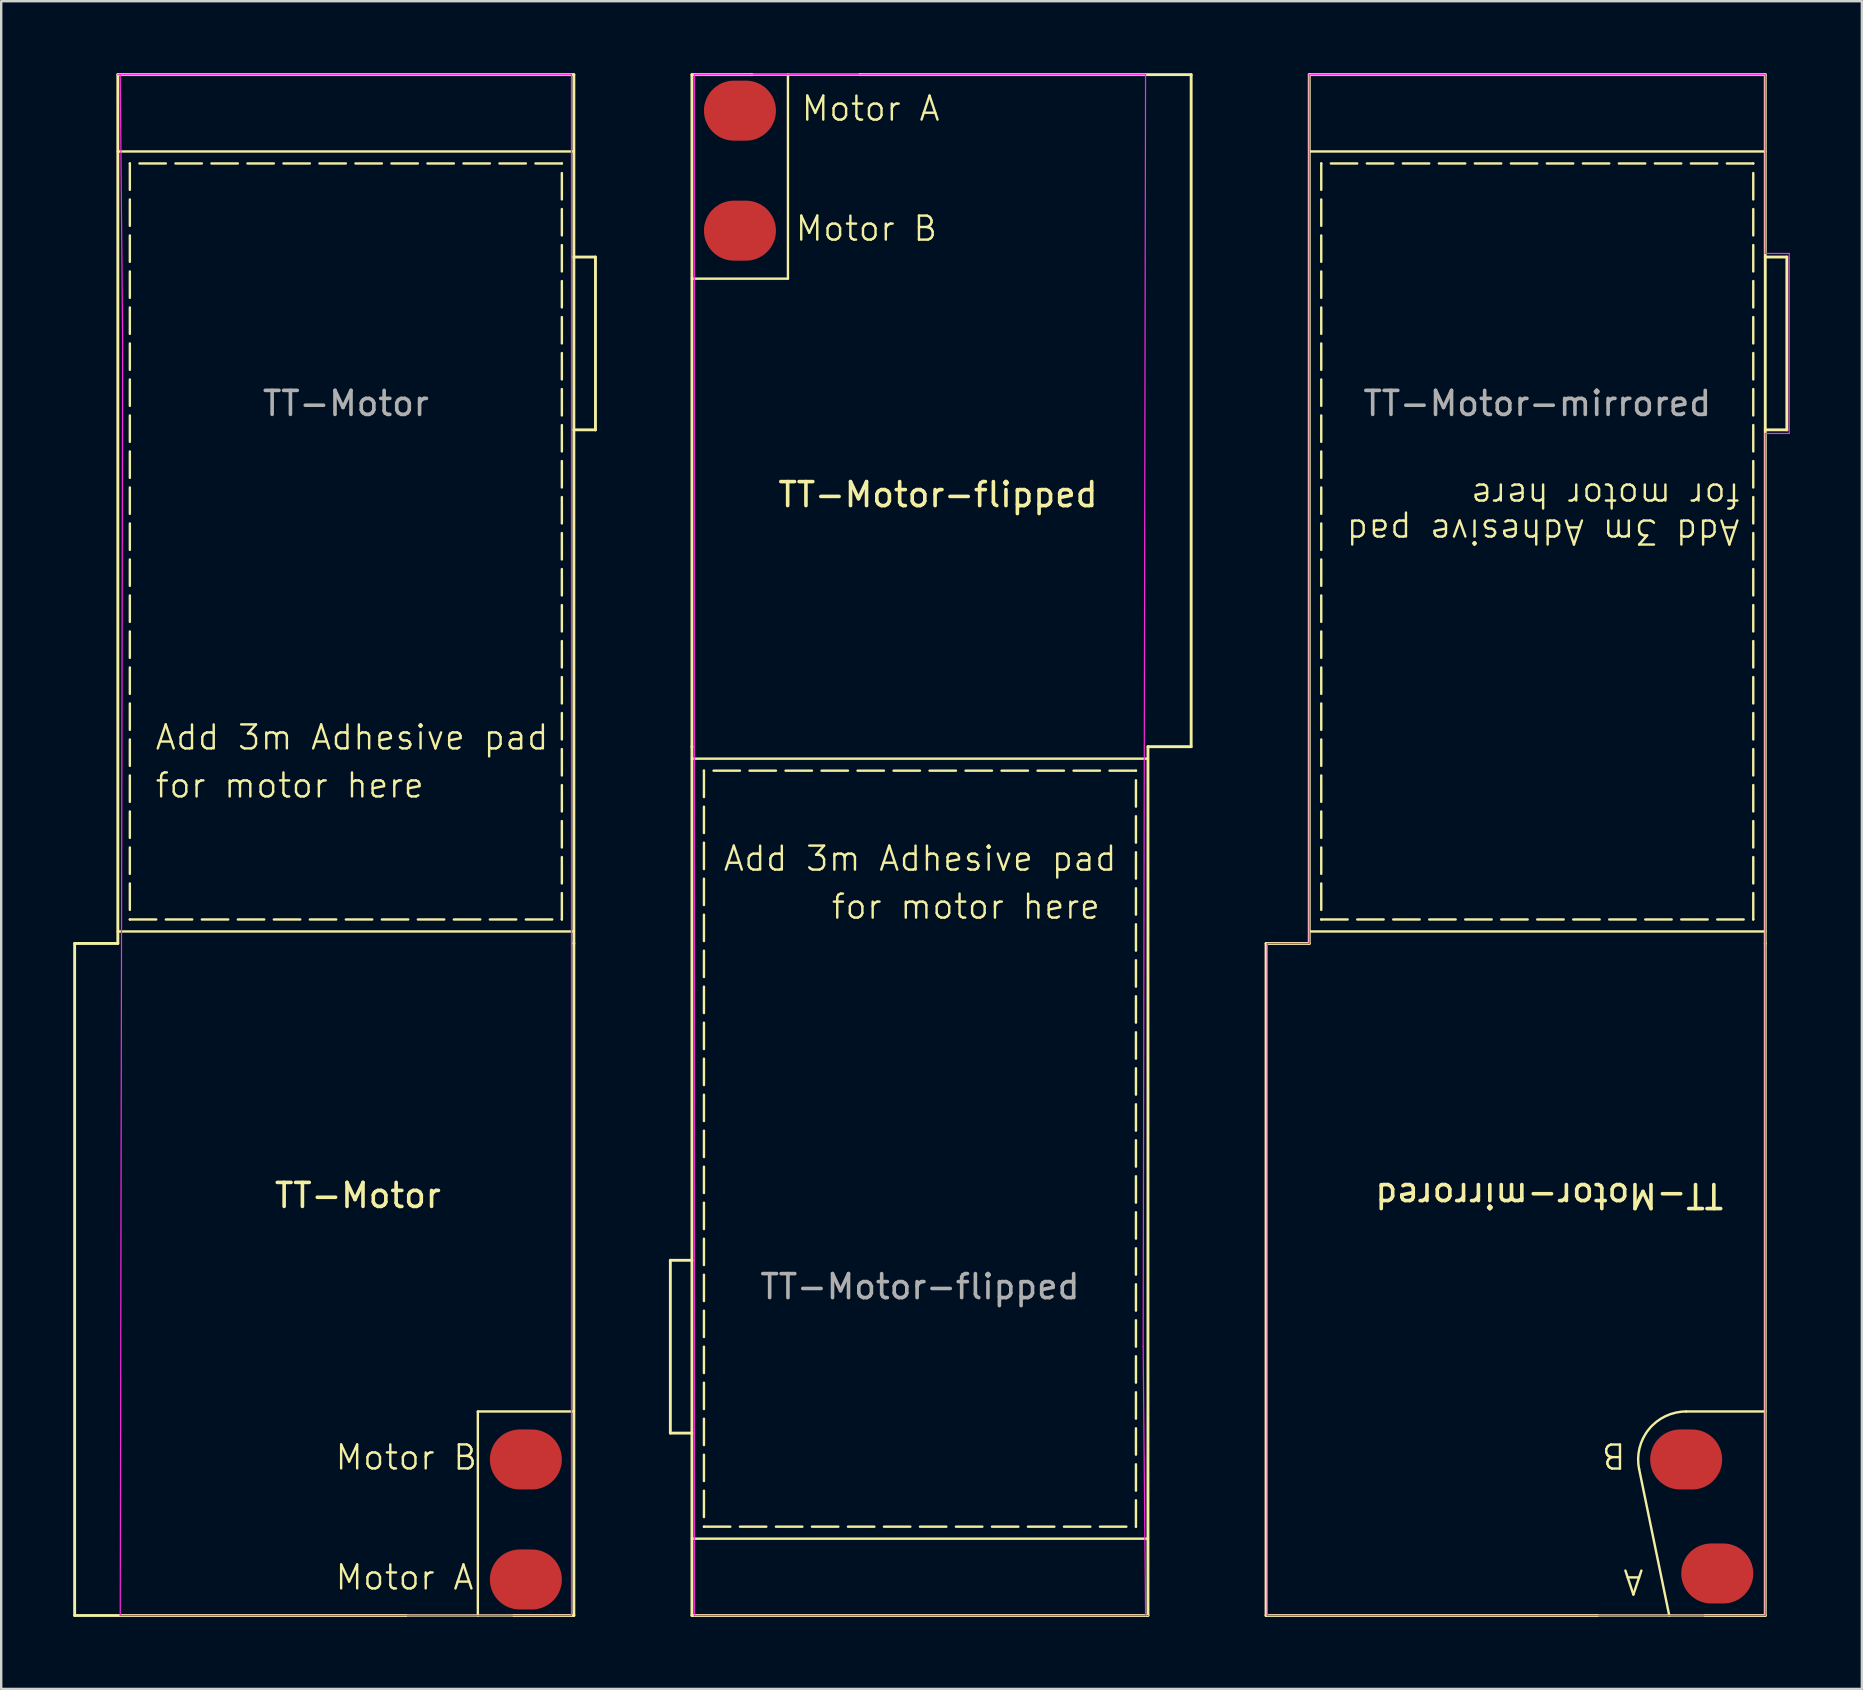
<source format=kicad_pcb>
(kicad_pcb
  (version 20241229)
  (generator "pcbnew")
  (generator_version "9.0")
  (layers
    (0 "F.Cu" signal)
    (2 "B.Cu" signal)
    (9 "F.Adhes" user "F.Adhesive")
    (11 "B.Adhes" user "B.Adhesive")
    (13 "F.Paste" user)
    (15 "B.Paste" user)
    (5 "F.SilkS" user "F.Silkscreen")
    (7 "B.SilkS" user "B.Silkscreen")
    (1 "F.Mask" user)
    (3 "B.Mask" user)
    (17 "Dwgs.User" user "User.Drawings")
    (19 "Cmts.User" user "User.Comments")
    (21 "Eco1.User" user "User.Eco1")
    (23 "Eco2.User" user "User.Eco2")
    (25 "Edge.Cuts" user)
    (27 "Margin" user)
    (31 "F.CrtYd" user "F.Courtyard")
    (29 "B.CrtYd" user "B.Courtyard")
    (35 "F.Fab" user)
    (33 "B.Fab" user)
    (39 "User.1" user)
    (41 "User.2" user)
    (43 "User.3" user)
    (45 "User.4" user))
  (footprint "TT-Motor"
    (layer "F.Cu")
    (at 11.36 11.26)
    (property "Reference" "TT-Motor" (at 0.5 35.5 0) (unlocked yes) (layer "F.SilkS") (effects (font (size 1 1) (thickness 0.15))))
    (fp_line (start -11.3 25) (end -11.3 53) (stroke (width 0.12) (type solid)) (layer "F.SilkS"))
    (fp_line (start -11.3 53) (end 2.5 53) (stroke (width 0.12) (type solid)) (layer "F.SilkS"))
    (fp_line (start -9.5 -11.2) (end -9.5 25) (stroke (width 0.12) (type solid)) (layer "F.SilkS"))
    (fp_line (start -9.5 -8) (end 9.5 -8) (stroke (width 0.1) (type default)) (layer "F.SilkS"))
    (fp_line (start -9.5 24.5) (end 9.5 24.5) (stroke (width 0.1) (type default)) (layer "F.SilkS"))
    (fp_line (start -9.5 25) (end -11.3 25) (stroke (width 0.12) (type solid)) (layer "F.SilkS"))
    (fp_line (start -9 -7.5) (end -9 24) (stroke (width 0.1) (type dash)) (layer "F.SilkS"))
    (fp_line (start -9 24) (end 9 24) (stroke (width 0.1) (type dash)) (layer "F.SilkS"))
    (fp_line (start 5.5 44.5) (end 9.5 44.5) (stroke (width 0.1) (type default)) (layer "F.SilkS"))
    (fp_line (start 5.5 53) (end 5.5 44.5) (stroke (width 0.1) (type default)) (layer "F.SilkS"))
    (fp_line (start 7 53) (end 2.5 53) (stroke (width 0.1) (type default)) (layer "F.SilkS"))
    (fp_line (start 7 53) (end 9.5 53) (stroke (width 0.12) (type solid)) (layer "F.SilkS"))
    (fp_line (start 9 -7.5) (end -9 -7.5) (stroke (width 0.1) (type dash)) (layer "F.SilkS"))
    (fp_line (start 9 24) (end 9 -7.5) (stroke (width 0.1) (type dash)) (layer "F.SilkS"))
    (fp_line (start 9.5 -11.2) (end -9.5 -11.2) (stroke (width 0.12) (type solid)) (layer "F.SilkS"))
    (fp_line (start 9.5 -3.6) (end 10.4 -3.6) (stroke (width 0.12) (type solid)) (layer "F.SilkS"))
    (fp_line (start 9.5 25) (end 9.5 -11.2) (stroke (width 0.12) (type solid)) (layer "F.SilkS"))
    (fp_line (start 9.5 53) (end 9.5 25) (stroke (width 0.12) (type solid)) (layer "F.SilkS"))
    (fp_line (start 10.4 -3.6) (end 10.4 3.6) (stroke (width 0.12) (type solid)) (layer "F.SilkS"))
    (fp_line (start 10.4 3.6) (end 9.5 3.6) (stroke (width 0.12) (type solid)) (layer "F.SilkS"))
    (fp_line (start -9.5 -11.2) (end 9.4 -11.2) (stroke (width 0.05) (type solid)) (layer "F.CrtYd"))
    (fp_line (start -9.4 -11.2) (end -9.3 0) (stroke (width 0.05) (type solid)) (layer "F.CrtYd"))
    (fp_line (start -9.4 53) (end -9.3 0) (stroke (width 0.05) (type solid)) (layer "F.CrtYd"))
    (fp_line (start 9.4 -11.2) (end 9.4 0) (stroke (width 0.05) (type solid)) (layer "F.CrtYd"))
    (fp_line (start 9.4 0) (end 9.4 31.8) (stroke (width 0.05) (type solid)) (layer "F.CrtYd"))
    (fp_line (start 9.4 31.8) (end 9.4 53) (stroke (width 0.05) (type solid)) (layer "F.CrtYd"))
    (fp_line (start 9.4 53) (end -9.4 53) (stroke (width 0.05) (type solid)) (layer "F.CrtYd"))
    (fp_text user "for motor here" (at -8 19 0) (unlocked yes) (layer "F.SilkS") (effects (font (size 1 1) (thickness 0.1)) (justify left bottom)))
    (fp_text user "Motor B" (at -0.5 47 0) (unlocked yes) (layer "F.SilkS") (effects (font (size 1 1) (thickness 0.1)) (justify left bottom)))
    (fp_text user "Add 3m Adhesive pad" (at -8 17 0) (unlocked yes) (layer "F.SilkS") (effects (font (size 1 1) (thickness 0.1)) (justify left bottom)))
    (fp_text user "Motor A" (at -0.5 52 0) (unlocked yes) (layer "F.SilkS") (effects (font (size 1 1) (thickness 0.1)) (justify left bottom)))
    (fp_text user "${REFERENCE}" (at 0 2.5 0) (unlocked yes) (layer "F.Fab") (effects (font (size 1 1) (thickness 0.15))))
    (pad "1" smd oval (at 7.5 51.5) (size 3 2.5) (layers "F.Cu" "F.Mask" "F.Paste"))
    (pad "2" smd oval (at 7.5 46.5) (size 3 2.5) (layers "F.Cu" "F.Mask" "F.Paste")))
  (footprint "TT-Motor-flipped"
    (layer "F.Cu")
    (at 36.28 11.06)
    (property "Reference" "TT-Motor-flipped" (at -0.25 6.5 0) (unlocked yes) (layer "F.SilkS") (effects (font (size 1 1) (thickness 0.15))))
    (fp_line (start -11.4 38.4) (end -10.5 38.4) (stroke (width 0.12) (type solid)) (layer "F.SilkS"))
    (fp_line (start -11.4 45.6) (end -11.4 38.4) (stroke (width 0.12) (type solid)) (layer "F.SilkS"))
    (fp_line (start -10.5 -11) (end -10.5 17) (stroke (width 0.12) (type solid)) (layer "F.SilkS"))
    (fp_line (start -10.5 17) (end -10.5 53.2) (stroke (width 0.12) (type solid)) (layer "F.SilkS"))
    (fp_line (start -10.5 45.6) (end -11.4 45.6) (stroke (width 0.12) (type solid)) (layer "F.SilkS"))
    (fp_line (start -10.5 53.2) (end 8.5 53.2) (stroke (width 0.12) (type solid)) (layer "F.SilkS"))
    (fp_line (start -10 18) (end -10 49.5) (stroke (width 0.1) (type dash)) (layer "F.SilkS"))
    (fp_line (start -10 49.5) (end 8 49.5) (stroke (width 0.1) (type dash)) (layer "F.SilkS"))
    (fp_line (start -8 -11) (end -10.5 -11) (stroke (width 0.12) (type solid)) (layer "F.SilkS"))
    (fp_line (start -8 -11) (end -3.5 -11) (stroke (width 0.1) (type default)) (layer "F.SilkS"))
    (fp_line (start -6.5 -11) (end -6.5 -2.5) (stroke (width 0.1) (type default)) (layer "F.SilkS"))
    (fp_line (start -6.5 -2.5) (end -10.5 -2.5) (stroke (width 0.1) (type default)) (layer "F.SilkS"))
    (fp_line (start 8 18) (end -10 18) (stroke (width 0.1) (type dash)) (layer "F.SilkS"))
    (fp_line (start 8 49.5) (end 8 18) (stroke (width 0.1) (type dash)) (layer "F.SilkS"))
    (fp_line (start 8.5 17) (end 10.3 17) (stroke (width 0.12) (type solid)) (layer "F.SilkS"))
    (fp_line (start 8.5 17.5) (end -10.5 17.5) (stroke (width 0.1) (type default)) (layer "F.SilkS"))
    (fp_line (start 8.5 50) (end -10.5 50) (stroke (width 0.1) (type default)) (layer "F.SilkS"))
    (fp_line (start 8.5 53.2) (end 8.5 17) (stroke (width 0.12) (type solid)) (layer "F.SilkS"))
    (fp_line (start 10.3 -11) (end -3.5 -11) (stroke (width 0.12) (type solid)) (layer "F.SilkS"))
    (fp_line (start 10.3 17) (end 10.3 -11) (stroke (width 0.12) (type solid)) (layer "F.SilkS"))
    (fp_line (start -10.4 -11) (end 8.4 -11) (stroke (width 0.05) (type solid)) (layer "F.CrtYd"))
    (fp_line (start -10.4 10.2) (end -10.4 -11) (stroke (width 0.05) (type solid)) (layer "F.CrtYd"))
    (fp_line (start -10.4 42) (end -10.4 10.2) (stroke (width 0.05) (type solid)) (layer "F.CrtYd"))
    (fp_line (start -10.4 53.2) (end -10.4 42) (stroke (width 0.05) (type solid)) (layer "F.CrtYd"))
    (fp_line (start 8.4 -11) (end 8.3 42) (stroke (width 0.05) (type solid)) (layer "F.CrtYd"))
    (fp_line (start 8.4 53.2) (end 8.3 42) (stroke (width 0.05) (type solid)) (layer "F.CrtYd"))
    (fp_line (start 8.5 53.2) (end -10.4 53.2) (stroke (width 0.05) (type solid)) (layer "F.CrtYd"))
    (fp_text user "Add 3m Adhesive pad" (at -9.25 22.25 0) (unlocked yes) (layer "F.SilkS") (effects (font (size 1 1) (thickness 0.1)) (justify left bottom)))
    (fp_text user "Motor B" (at -6.25 -4 0) (unlocked yes) (layer "F.SilkS") (effects (font (size 1 1) (thickness 0.1)) (justify left bottom)))
    (fp_text user "for motor here" (at -4.75 24.25 0) (unlocked yes) (layer "F.SilkS") (effects (font (size 1 1) (thickness 0.1)) (justify left bottom)))
    (fp_text user "Motor A" (at -6 -9 0) (unlocked yes) (layer "F.SilkS") (effects (font (size 1 1) (thickness 0.1)) (justify left bottom)))
    (fp_text user "${REFERENCE}" (at -1 39.5 0) (unlocked yes) (layer "F.Fab") (effects (font (size 1 1) (thickness 0.15))))
    (pad "1" smd oval (at -8.5 -9.5 180) (size 3 2.5) (layers "F.Cu" "F.Mask" "F.Paste"))
    (pad "2" smd oval (at -8.5 -4.5 180) (size 3 2.5) (layers "F.Cu" "F.Mask" "F.Paste")))
  (footprint "TT-Motor-mirrored"
    (layer "F.Cu")
    (at 61 11.26)
    (property "Reference" "TT-Motor-mirrored" (at 0.5 35.5 180) (unlocked yes) (layer "F.SilkS") (effects (font (size 1 1) (thickness 0.15))))
    (fp_line (start -11.3 25) (end -11.3 53) (stroke (width 0.12) (type solid)) (layer "F.SilkS"))
    (fp_line (start -11.3 53) (end 2.5 53) (stroke (width 0.12) (type solid)) (layer "F.SilkS"))
    (fp_line (start -9.5 -11.2) (end -9.5 25) (stroke (width 0.12) (type solid)) (layer "F.SilkS"))
    (fp_line (start -9.5 -8) (end 9.5 -8) (stroke (width 0.1) (type default)) (layer "F.SilkS"))
    (fp_line (start -9.5 24.5) (end 9.5 24.5) (stroke (width 0.1) (type default)) (layer "F.SilkS"))
    (fp_line (start -9.5 25) (end -11.3 25) (stroke (width 0.12) (type solid)) (layer "F.SilkS"))
    (fp_line (start -9 -7.5) (end -9 24) (stroke (width 0.1) (type dash)) (layer "F.SilkS"))
    (fp_line (start -9 24) (end 9 24) (stroke (width 0.1) (type dash)) (layer "F.SilkS"))
    (fp_line (start 5.5 53) (end 4.245 46.903) (stroke (width 0.1) (type default)) (layer "F.SilkS"))
    (fp_line (start 6.204 44.5) (end 9.5 44.5) (stroke (width 0.1) (type default)) (layer "F.SilkS"))
    (fp_line (start 7 53) (end 2.5 53) (stroke (width 0.1) (type default)) (layer "F.SilkS"))
    (fp_line (start 7 53) (end 9.5 53) (stroke (width 0.12) (type solid)) (layer "F.SilkS"))
    (fp_line (start 9 -7.5) (end -9 -7.5) (stroke (width 0.1) (type dash)) (layer "F.SilkS"))
    (fp_line (start 9 24) (end 9 -7.5) (stroke (width 0.1) (type dash)) (layer "F.SilkS"))
    (fp_line (start 9.5 -11.2) (end -9.5 -11.2) (stroke (width 0.12) (type solid)) (layer "F.SilkS"))
    (fp_line (start 9.5 -3.6) (end 10.4 -3.6) (stroke (width 0.12) (type solid)) (layer "F.SilkS"))
    (fp_line (start 9.5 25) (end 9.5 -11.2) (stroke (width 0.12) (type solid)) (layer "F.SilkS"))
    (fp_line (start 9.5 53) (end 9.5 25) (stroke (width 0.12) (type solid)) (layer "F.SilkS"))
    (fp_line (start 10.4 -3.6) (end 10.4 3.6) (stroke (width 0.12) (type solid)) (layer "F.SilkS"))
    (fp_line (start 10.4 3.6) (end 9.5 3.6) (stroke (width 0.12) (type solid)) (layer "F.SilkS"))
    (fp_arc (start 4.244798 46.903306) (mid 4.653452 45.2364) (end 6.203712 44.5) (stroke (width 0.1) (type default)) (layer "F.SilkS"))
    (fp_line (start -11.25 25) (end -9.5 25) (stroke (width 0.05) (type default)) (layer "F.CrtYd"))
    (fp_line (start -11.25 53) (end -11.25 25) (stroke (width 0.05) (type default)) (layer "F.CrtYd"))
    (fp_line (start -9.5 -11.2) (end 9.5 -11.2) (stroke (width 0.05) (type solid)) (layer "F.CrtYd"))
    (fp_line (start -9.5 25) (end -9.5 -11.2) (stroke (width 0.05) (type default)) (layer "F.CrtYd"))
    (fp_line (start 9.5 -11.2) (end 9.5 -3.75) (stroke (width 0.05) (type default)) (layer "F.CrtYd"))
    (fp_line (start 9.5 -3.75) (end 10.5 -3.75) (stroke (width 0.05) (type default)) (layer "F.CrtYd"))
    (fp_line (start 9.5 3.75) (end 9.5 53) (stroke (width 0.05) (type default)) (layer "F.CrtYd"))
    (fp_line (start 9.5 53) (end -11.25 53) (stroke (width 0.05) (type solid)) (layer "F.CrtYd"))
    (fp_line (start 10.5 -3.75) (end 10.5 3.75) (stroke (width 0.05) (type default)) (layer "F.CrtYd"))
    (fp_line (start 10.5 3.75) (end 9.5 3.75) (stroke (width 0.05) (type default)) (layer "F.CrtYd"))
    (fp_text user "A" (at 4.5 51 180) (unlocked yes) (layer "F.SilkS") (effects (font (size 1 1) (thickness 0.1)) (justify left bottom)))
    (fp_text user "B" (at 3.75 45.75 180) (unlocked yes) (layer "F.SilkS") (effects (font (size 1 1) (thickness 0.1)) (justify left bottom)))
    (fp_text user "Add 3m Adhesive pad" (at 8.5 7.25 180) (unlocked yes) (layer "F.SilkS") (effects (font (size 1 1) (thickness 0.1)) (justify left bottom)))
    (fp_text user "for motor here" (at 8.5 5.75 180) (unlocked yes) (layer "F.SilkS") (effects (font (size 1 1) (thickness 0.1)) (justify left bottom)))
    (fp_text user "${REFERENCE}" (at 0 2.5 0) (unlocked yes) (layer "F.Fab") (effects (font (size 1 1) (thickness 0.15))))
    (pad "1" smd oval (at 7.5 51.25) (size 3 2.5) (layers "F.Cu" "F.Mask" "F.Paste"))
    (pad "2" smd oval (at 6.204 46.5) (size 3 2.5) (layers "F.Cu" "F.Mask" "F.Paste")))
  (gr_rect
    (start -3 -3)
    (end 74.525 67.32)
    (stroke (width 0.1) (type default))
    (fill no)
    (layer "Edge.Cuts")))
</source>
